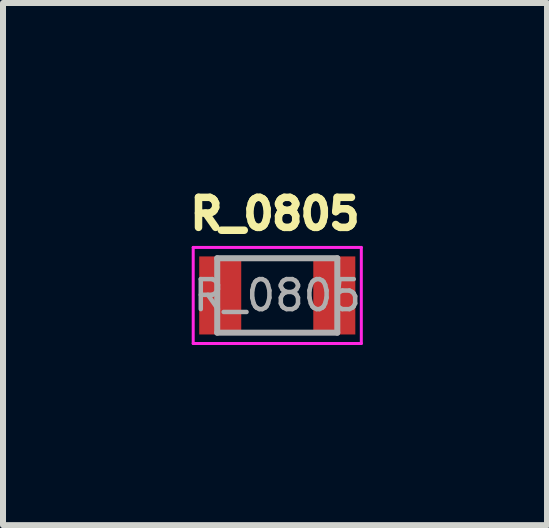
<source format=kicad_pcb>
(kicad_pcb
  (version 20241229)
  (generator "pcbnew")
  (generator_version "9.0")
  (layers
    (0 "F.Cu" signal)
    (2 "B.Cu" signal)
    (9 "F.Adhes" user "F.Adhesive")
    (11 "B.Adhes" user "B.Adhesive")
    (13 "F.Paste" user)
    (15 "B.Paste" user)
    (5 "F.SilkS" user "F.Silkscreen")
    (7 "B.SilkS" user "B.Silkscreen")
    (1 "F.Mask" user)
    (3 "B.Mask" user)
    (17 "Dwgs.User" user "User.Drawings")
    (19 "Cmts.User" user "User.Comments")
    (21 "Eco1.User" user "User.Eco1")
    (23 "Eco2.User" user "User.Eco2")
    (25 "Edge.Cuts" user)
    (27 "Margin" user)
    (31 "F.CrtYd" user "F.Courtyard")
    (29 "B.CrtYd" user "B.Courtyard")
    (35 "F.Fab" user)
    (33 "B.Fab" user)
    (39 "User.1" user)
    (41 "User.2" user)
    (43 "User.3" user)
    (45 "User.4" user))
  (footprint "R_0805"
    (layer "F.Cu")
    (at 1.568 1.871)
    (property "Reference" "R_0805" (at -0.038 -1.359 0) (layer "F.SilkS") (effects (font (size 0.5 0.5) (thickness 0.125))))
    (attr smd)
    (fp_line (start -1.4 -0.8) (end -1.4 0.8) (stroke (width 0.05) (type solid)) (layer "F.CrtYd"))
    (fp_line (start -1.4 -0.8) (end 1.4 -0.8) (stroke (width 0.05) (type solid)) (layer "F.CrtYd"))
    (fp_line (start 1.4 0.8) (end -1.4 0.8) (stroke (width 0.05) (type solid)) (layer "F.CrtYd"))
    (fp_line (start 1.4 0.8) (end 1.4 -0.8) (stroke (width 0.05) (type solid)) (layer "F.CrtYd"))
    (fp_line (start -1 -0.62) (end 1 -0.62) (stroke (width 0.1) (type solid)) (layer "F.Fab"))
    (fp_line (start -1 0.62) (end -1 -0.62) (stroke (width 0.1) (type solid)) (layer "F.Fab"))
    (fp_line (start 1 -0.62) (end 1 0.62) (stroke (width 0.1) (type solid)) (layer "F.Fab"))
    (fp_line (start 1 0.62) (end -1 0.62) (stroke (width 0.1) (type solid)) (layer "F.Fab"))
    (fp_text user "${REFERENCE}" (at 0 0 0) (layer "F.Fab") (effects (font (size 0.5 0.5) (thickness 0.075))))
    (pad "1" smd rect (at -0.95 0) (size 0.7 1.3) (layers "F.Cu" "F.Mask" "F.Paste"))
    (pad "2" smd rect (at 0.95 0) (size 0.7 1.3) (layers "F.Cu" "F.Mask" "F.Paste")))
  (gr_rect
    (start -3 -3)
    (end 6.061 5.696)
    (stroke (width 0.1) (type default))
    (fill no)
    (layer "Edge.Cuts")))
</source>
